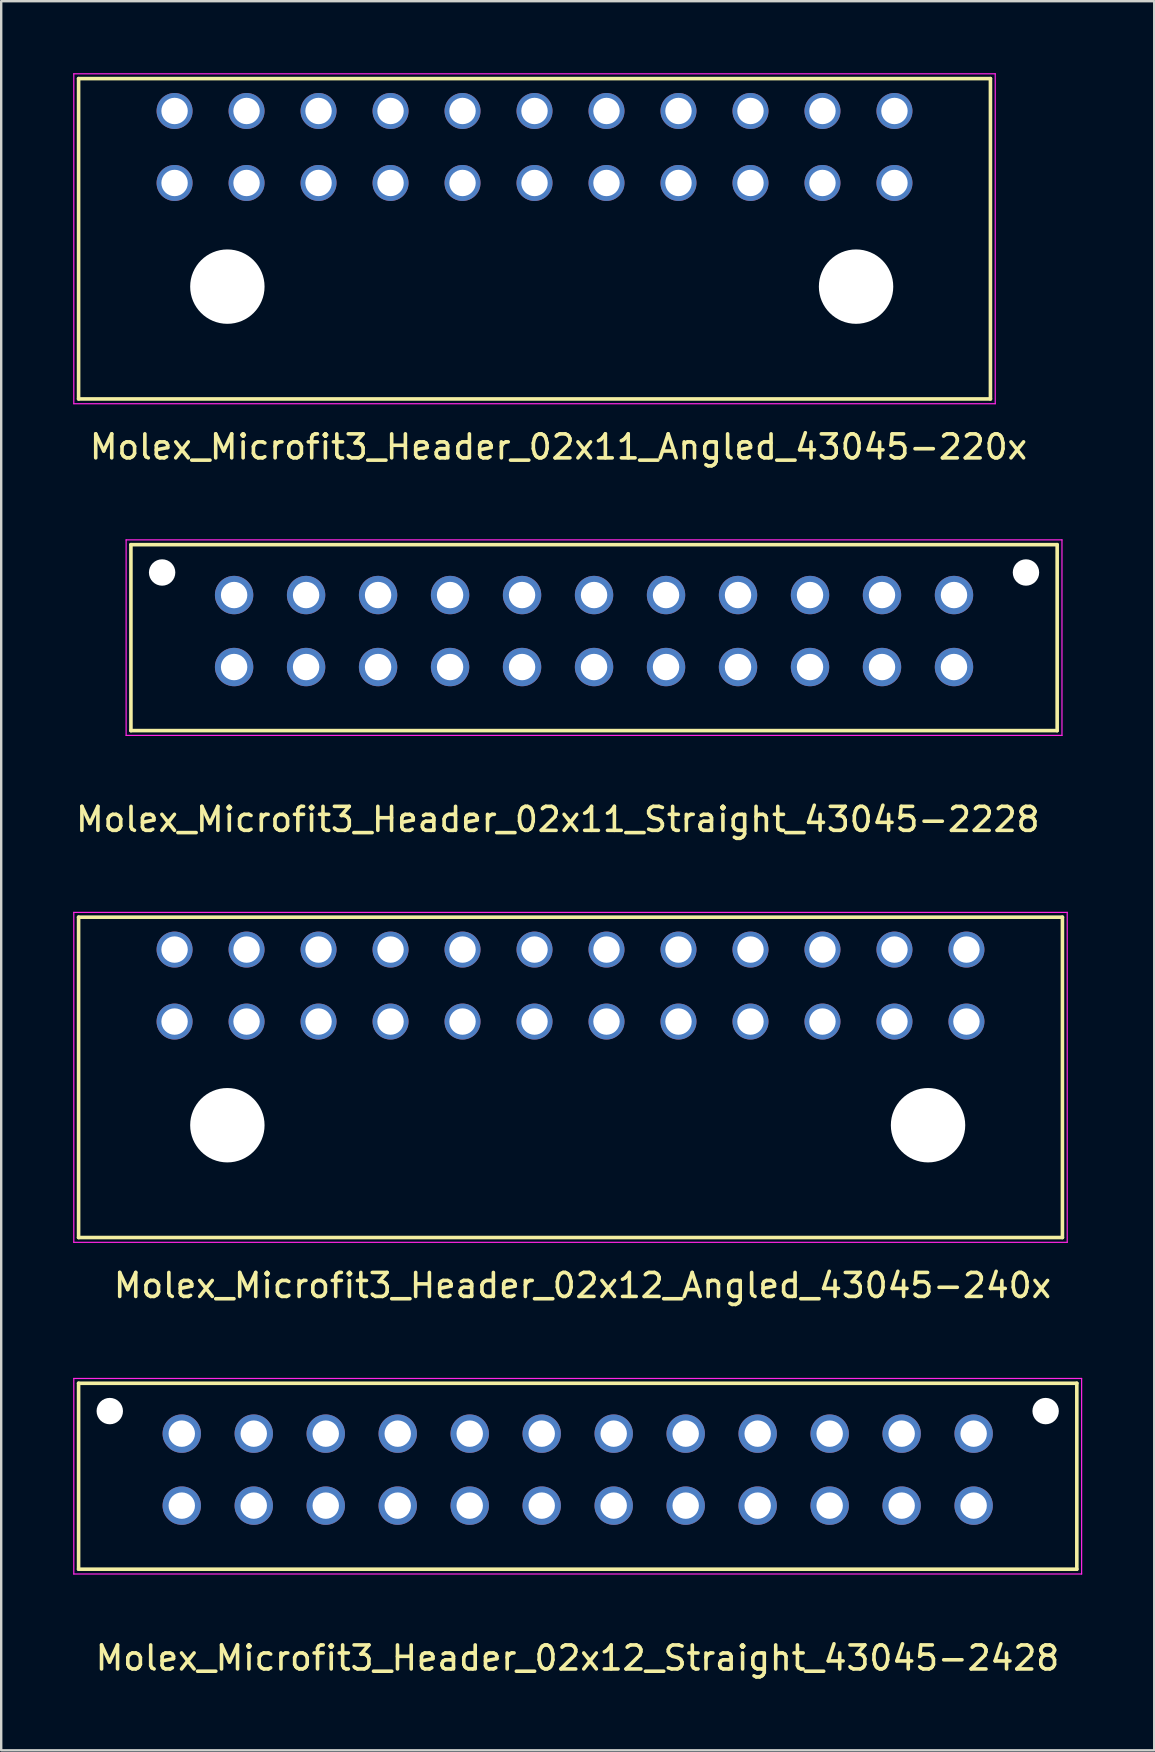
<source format=kicad_pcb>
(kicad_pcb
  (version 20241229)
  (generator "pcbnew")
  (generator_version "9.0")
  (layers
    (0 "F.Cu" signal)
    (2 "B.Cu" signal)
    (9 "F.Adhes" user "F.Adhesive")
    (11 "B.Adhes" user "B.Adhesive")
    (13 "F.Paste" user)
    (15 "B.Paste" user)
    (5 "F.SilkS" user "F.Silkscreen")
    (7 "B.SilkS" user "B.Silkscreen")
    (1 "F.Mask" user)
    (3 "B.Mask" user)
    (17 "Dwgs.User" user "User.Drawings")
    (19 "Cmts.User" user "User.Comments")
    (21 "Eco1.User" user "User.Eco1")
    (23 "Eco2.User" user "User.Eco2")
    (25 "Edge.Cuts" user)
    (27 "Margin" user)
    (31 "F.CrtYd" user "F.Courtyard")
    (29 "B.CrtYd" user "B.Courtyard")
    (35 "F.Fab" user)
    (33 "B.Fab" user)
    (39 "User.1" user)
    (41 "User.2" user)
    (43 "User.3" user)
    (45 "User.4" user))
  (footprint "Molex_Microfit3_Header_02x12_Straight_43045-2428"
    (layer "F.Cu")
    (at 37.525 59.695)
    (property "Reference" "Molex_Microfit3_Header_02x12_Straight_43045-2428" (at -16.51 6.35 0) (layer "F.SilkS") (effects (font (size 1 1) (thickness 0.15))))
    (attr through_hole)
    (fp_line (start -37.3 2.65) (end -37.3 -5.1) (stroke (width 0.15) (type solid)) (layer "F.SilkS"))
    (fp_line (start 4.3 -5.1) (end -37.3 -5.1) (stroke (width 0.15) (type solid)) (layer "F.SilkS"))
    (fp_line (start 4.3 2.65) (end -37.3 2.65) (stroke (width 0.15) (type solid)) (layer "F.SilkS"))
    (fp_line (start 4.3 2.65) (end 4.3 -5.1) (stroke (width 0.15) (type solid)) (layer "F.SilkS"))
    (fp_line (start -37.5 2.85) (end -37.5 -5.3) (stroke (width 0.05) (type solid)) (layer "F.CrtYd"))
    (fp_line (start 4.5 -5.3) (end -37.5 -5.3) (stroke (width 0.05) (type solid)) (layer "F.CrtYd"))
    (fp_line (start 4.5 2.85) (end -37.5 2.85) (stroke (width 0.05) (type solid)) (layer "F.CrtYd"))
    (fp_line (start 4.5 2.85) (end 4.5 -5.3) (stroke (width 0.05) (type solid)) (layer "F.CrtYd"))
    (pad "" np_thru_hole circle (at -36 -3.94) (size 1.1 1.1) (drill 1.1) (layers "*.Cu" "*.Mask"))
    (pad "" np_thru_hole circle (at 3 -3.94) (size 1.1 1.1) (drill 1.1) (layers "*.Cu" "*.Mask"))
    (pad "1" thru_hole circle (at 0 0) (size 1.6 1.6) (drill 1.1) (layers "*.Cu" "*.Mask"))
    (pad "2" thru_hole circle (at -3 0) (size 1.6 1.6) (drill 1.1) (layers "*.Cu" "*.Mask"))
    (pad "3" thru_hole circle (at -6 0) (size 1.6 1.6) (drill 1.1) (layers "*.Cu" "*.Mask"))
    (pad "4" thru_hole circle (at -9 0) (size 1.6 1.6) (drill 1.1) (layers "*.Cu" "*.Mask"))
    (pad "5" thru_hole circle (at -12 0) (size 1.6 1.6) (drill 1.1) (layers "*.Cu" "*.Mask"))
    (pad "6" thru_hole circle (at -15 0) (size 1.6 1.6) (drill 1.1) (layers "*.Cu" "*.Mask"))
    (pad "7" thru_hole circle (at -18 0) (size 1.6 1.6) (drill 1.1) (layers "*.Cu" "*.Mask"))
    (pad "8" thru_hole circle (at -21 0) (size 1.6 1.6) (drill 1.1) (layers "*.Cu" "*.Mask"))
    (pad "9" thru_hole circle (at -24 0) (size 1.6 1.6) (drill 1.1) (layers "*.Cu" "*.Mask"))
    (pad "10" thru_hole circle (at -27 0) (size 1.6 1.6) (drill 1.1) (layers "*.Cu" "*.Mask"))
    (pad "11" thru_hole circle (at -30 0) (size 1.6 1.6) (drill 1.1) (layers "*.Cu" "*.Mask"))
    (pad "12" thru_hole circle (at -33 0) (size 1.6 1.6) (drill 1.1) (layers "*.Cu" "*.Mask"))
    (pad "13" thru_hole circle (at 0 -3) (size 1.6 1.6) (drill 1.1) (layers "*.Cu" "*.Mask"))
    (pad "14" thru_hole circle (at -3 -3) (size 1.6 1.6) (drill 1.1) (layers "*.Cu" "*.Mask"))
    (pad "15" thru_hole circle (at -6 -3) (size 1.6 1.6) (drill 1.1) (layers "*.Cu" "*.Mask"))
    (pad "16" thru_hole circle (at -9 -3) (size 1.6 1.6) (drill 1.1) (layers "*.Cu" "*.Mask"))
    (pad "17" thru_hole circle (at -12 -3) (size 1.6 1.6) (drill 1.1) (layers "*.Cu" "*.Mask"))
    (pad "18" thru_hole circle (at -15 -3) (size 1.6 1.6) (drill 1.1) (layers "*.Cu" "*.Mask"))
    (pad "19" thru_hole circle (at -18 -3) (size 1.6 1.6) (drill 1.1) (layers "*.Cu" "*.Mask"))
    (pad "20" thru_hole circle (at -21 -3) (size 1.6 1.6) (drill 1.1) (layers "*.Cu" "*.Mask"))
    (pad "21" thru_hole circle (at -24 -3) (size 1.6 1.6) (drill 1.1) (layers "*.Cu" "*.Mask"))
    (pad "22" thru_hole circle (at -27 -3) (size 1.6 1.6) (drill 1.1) (layers "*.Cu" "*.Mask"))
    (pad "23" thru_hole circle (at -30 -3) (size 1.6 1.6) (drill 1.1) (layers "*.Cu" "*.Mask"))
    (pad "24" thru_hole circle (at -33 -3) (size 1.6 1.6) (drill 1.1) (layers "*.Cu" "*.Mask")))
  (footprint "Molex_Microfit3_Header_02x12_Angled_43045-240x"
    (layer "F.Cu")
    (at 37.225 39.522)
    (property "Reference" "Molex_Microfit3_Header_02x12_Angled_43045-240x" (at -16 11 0) (layer "F.SilkS") (effects (font (size 1 1) (thickness 0.15))))
    (attr through_hole)
    (fp_line (start -37 -4.35) (end 4 -4.35) (stroke (width 0.15) (type solid)) (layer "F.SilkS"))
    (fp_line (start -37 9) (end -37 -4.35) (stroke (width 0.15) (type solid)) (layer "F.SilkS"))
    (fp_line (start 4 -4.35) (end 4 9) (stroke (width 0.15) (type solid)) (layer "F.SilkS"))
    (fp_line (start 4 9) (end -37 9) (stroke (width 0.15) (type solid)) (layer "F.SilkS"))
    (fp_line (start -37.2 -4.55) (end -37.2 9.2) (stroke (width 0.05) (type solid)) (layer "F.CrtYd"))
    (fp_line (start -37.2 9.2) (end 4.2 9.2) (stroke (width 0.05) (type solid)) (layer "F.CrtYd"))
    (fp_line (start 4.2 -4.55) (end -37.2 -4.55) (stroke (width 0.05) (type solid)) (layer "F.CrtYd"))
    (fp_line (start 4.2 9.2) (end 4.2 -4.55) (stroke (width 0.05) (type solid)) (layer "F.CrtYd"))
    (pad "" np_thru_hole circle (at -30.8 4.32) (size 3.1 3.1) (drill 3.1) (layers "*.Cu" "*.Mask"))
    (pad "" np_thru_hole circle (at -1.6 4.32) (size 3.1 3.1) (drill 3.1) (layers "*.Cu" "*.Mask"))
    (pad "1" thru_hole circle (at 0 0) (size 1.5 1.5) (drill 1.1) (layers "*.Cu" "*.Mask"))
    (pad "2" thru_hole circle (at -3 0) (size 1.5 1.5) (drill 1.1) (layers "*.Cu" "*.Mask"))
    (pad "3" thru_hole circle (at -6 0) (size 1.5 1.5) (drill 1.1) (layers "*.Cu" "*.Mask"))
    (pad "4" thru_hole circle (at -9 0) (size 1.5 1.5) (drill 1.1) (layers "*.Cu" "*.Mask"))
    (pad "5" thru_hole circle (at -12 0) (size 1.5 1.5) (drill 1.1) (layers "*.Cu" "*.Mask"))
    (pad "6" thru_hole circle (at -15 0) (size 1.5 1.5) (drill 1.1) (layers "*.Cu" "*.Mask"))
    (pad "7" thru_hole circle (at -18 0) (size 1.5 1.5) (drill 1.1) (layers "*.Cu" "*.Mask"))
    (pad "8" thru_hole circle (at -21 0) (size 1.5 1.5) (drill 1.1) (layers "*.Cu" "*.Mask"))
    (pad "9" thru_hole circle (at -24 0) (size 1.5 1.5) (drill 1.1) (layers "*.Cu" "*.Mask"))
    (pad "10" thru_hole circle (at -27 0) (size 1.5 1.5) (drill 1.1) (layers "*.Cu" "*.Mask"))
    (pad "11" thru_hole circle (at -30 0) (size 1.5 1.5) (drill 1.1) (layers "*.Cu" "*.Mask"))
    (pad "12" thru_hole circle (at -33 0) (size 1.5 1.5) (drill 1.1) (layers "*.Cu" "*.Mask"))
    (pad "13" thru_hole circle (at 0 -3) (size 1.5 1.5) (drill 1.1) (layers "*.Cu" "*.Mask"))
    (pad "14" thru_hole circle (at -3 -3) (size 1.5 1.5) (drill 1.1) (layers "*.Cu" "*.Mask"))
    (pad "15" thru_hole circle (at -6 -3) (size 1.5 1.5) (drill 1.1) (layers "*.Cu" "*.Mask"))
    (pad "16" thru_hole circle (at -9 -3) (size 1.5 1.5) (drill 1.1) (layers "*.Cu" "*.Mask"))
    (pad "17" thru_hole circle (at -12 -3) (size 1.5 1.5) (drill 1.1) (layers "*.Cu" "*.Mask"))
    (pad "18" thru_hole circle (at -15 -3) (size 1.5 1.5) (drill 1.1) (layers "*.Cu" "*.Mask"))
    (pad "19" thru_hole circle (at -18 -3) (size 1.5 1.5) (drill 1.1) (layers "*.Cu" "*.Mask"))
    (pad "20" thru_hole circle (at -21 -3) (size 1.5 1.5) (drill 1.1) (layers "*.Cu" "*.Mask"))
    (pad "21" thru_hole circle (at -24 -3) (size 1.5 1.5) (drill 1.1) (layers "*.Cu" "*.Mask"))
    (pad "22" thru_hole circle (at -27 -3) (size 1.5 1.5) (drill 1.1) (layers "*.Cu" "*.Mask"))
    (pad "23" thru_hole circle (at -30 -3) (size 1.5 1.5) (drill 1.1) (layers "*.Cu" "*.Mask"))
    (pad "24" thru_hole circle (at -33 -3) (size 1.5 1.5) (drill 1.1) (layers "*.Cu" "*.Mask")))
  (footprint "Molex_Microfit3_Header_02x11_Angled_43045-220x"
    (layer "F.Cu")
    (at 34.225 4.575)
    (property "Reference" "Molex_Microfit3_Header_02x11_Angled_43045-220x" (at -14 11 0) (layer "F.SilkS") (effects (font (size 1 1) (thickness 0.15))))
    (attr through_hole)
    (fp_line (start -34 -4.35) (end 4 -4.35) (stroke (width 0.15) (type solid)) (layer "F.SilkS"))
    (fp_line (start -34 9) (end -34 -4.35) (stroke (width 0.15) (type solid)) (layer "F.SilkS"))
    (fp_line (start 4 -4.35) (end 4 9) (stroke (width 0.15) (type solid)) (layer "F.SilkS"))
    (fp_line (start 4 9) (end -34 9) (stroke (width 0.15) (type solid)) (layer "F.SilkS"))
    (fp_line (start -34.2 -4.55) (end -34.2 9.2) (stroke (width 0.05) (type solid)) (layer "F.CrtYd"))
    (fp_line (start -34.2 9.2) (end 4.2 9.2) (stroke (width 0.05) (type solid)) (layer "F.CrtYd"))
    (fp_line (start 4.2 -4.55) (end -34.2 -4.55) (stroke (width 0.05) (type solid)) (layer "F.CrtYd"))
    (fp_line (start 4.2 9.2) (end 4.2 -4.55) (stroke (width 0.05) (type solid)) (layer "F.CrtYd"))
    (pad "" np_thru_hole circle (at -27.8 4.32) (size 3.1 3.1) (drill 3.1) (layers "*.Cu" "*.Mask"))
    (pad "" np_thru_hole circle (at -1.6 4.32) (size 3.1 3.1) (drill 3.1) (layers "*.Cu" "*.Mask"))
    (pad "1" thru_hole circle (at 0 0) (size 1.5 1.5) (drill 1.1) (layers "*.Cu" "*.Mask"))
    (pad "2" thru_hole circle (at -3 0) (size 1.5 1.5) (drill 1.1) (layers "*.Cu" "*.Mask"))
    (pad "3" thru_hole circle (at -6 0) (size 1.5 1.5) (drill 1.1) (layers "*.Cu" "*.Mask"))
    (pad "4" thru_hole circle (at -9 0) (size 1.5 1.5) (drill 1.1) (layers "*.Cu" "*.Mask"))
    (pad "5" thru_hole circle (at -12 0) (size 1.5 1.5) (drill 1.1) (layers "*.Cu" "*.Mask"))
    (pad "6" thru_hole circle (at -15 0) (size 1.5 1.5) (drill 1.1) (layers "*.Cu" "*.Mask"))
    (pad "7" thru_hole circle (at -18 0) (size 1.5 1.5) (drill 1.1) (layers "*.Cu" "*.Mask"))
    (pad "8" thru_hole circle (at -21 0) (size 1.5 1.5) (drill 1.1) (layers "*.Cu" "*.Mask"))
    (pad "9" thru_hole circle (at -24 0) (size 1.5 1.5) (drill 1.1) (layers "*.Cu" "*.Mask"))
    (pad "10" thru_hole circle (at -27 0) (size 1.5 1.5) (drill 1.1) (layers "*.Cu" "*.Mask"))
    (pad "11" thru_hole circle (at -30 0) (size 1.5 1.5) (drill 1.1) (layers "*.Cu" "*.Mask"))
    (pad "12" thru_hole circle (at 0 -3) (size 1.5 1.5) (drill 1.1) (layers "*.Cu" "*.Mask"))
    (pad "13" thru_hole circle (at -3 -3) (size 1.5 1.5) (drill 1.1) (layers "*.Cu" "*.Mask"))
    (pad "14" thru_hole circle (at -6 -3) (size 1.5 1.5) (drill 1.1) (layers "*.Cu" "*.Mask"))
    (pad "15" thru_hole circle (at -9 -3) (size 1.5 1.5) (drill 1.1) (layers "*.Cu" "*.Mask"))
    (pad "16" thru_hole circle (at -12 -3) (size 1.5 1.5) (drill 1.1) (layers "*.Cu" "*.Mask"))
    (pad "17" thru_hole circle (at -15 -3) (size 1.5 1.5) (drill 1.1) (layers "*.Cu" "*.Mask"))
    (pad "18" thru_hole circle (at -18 -3) (size 1.5 1.5) (drill 1.1) (layers "*.Cu" "*.Mask"))
    (pad "19" thru_hole circle (at -21 -3) (size 1.5 1.5) (drill 1.1) (layers "*.Cu" "*.Mask"))
    (pad "20" thru_hole circle (at -24 -3) (size 1.5 1.5) (drill 1.1) (layers "*.Cu" "*.Mask"))
    (pad "21" thru_hole circle (at -27 -3) (size 1.5 1.5) (drill 1.1) (layers "*.Cu" "*.Mask"))
    (pad "22" thru_hole circle (at -30 -3) (size 1.5 1.5) (drill 1.1) (layers "*.Cu" "*.Mask")))
  (footprint "Molex_Microfit3_Header_02x11_Straight_43045-2228"
    (layer "F.Cu")
    (at 36.706 24.748)
    (property "Reference" "Molex_Microfit3_Header_02x11_Straight_43045-2228" (at -16.51 6.35 0) (layer "F.SilkS") (effects (font (size 1 1) (thickness 0.15))))
    (attr through_hole)
    (fp_line (start -34.3 2.65) (end -34.3 -5.1) (stroke (width 0.15) (type solid)) (layer "F.SilkS"))
    (fp_line (start 4.3 -5.1) (end -34.3 -5.1) (stroke (width 0.15) (type solid)) (layer "F.SilkS"))
    (fp_line (start 4.3 2.65) (end -34.3 2.65) (stroke (width 0.15) (type solid)) (layer "F.SilkS"))
    (fp_line (start 4.3 2.65) (end 4.3 -5.1) (stroke (width 0.15) (type solid)) (layer "F.SilkS"))
    (fp_line (start -34.5 2.85) (end -34.5 -5.3) (stroke (width 0.05) (type solid)) (layer "F.CrtYd"))
    (fp_line (start 4.5 -5.3) (end -34.5 -5.3) (stroke (width 0.05) (type solid)) (layer "F.CrtYd"))
    (fp_line (start 4.5 2.85) (end -34.5 2.85) (stroke (width 0.05) (type solid)) (layer "F.CrtYd"))
    (fp_line (start 4.5 2.85) (end 4.5 -5.3) (stroke (width 0.05) (type solid)) (layer "F.CrtYd"))
    (pad "" np_thru_hole circle (at -33 -3.94) (size 1.1 1.1) (drill 1.1) (layers "*.Cu" "*.Mask"))
    (pad "" np_thru_hole circle (at 3 -3.94) (size 1.1 1.1) (drill 1.1) (layers "*.Cu" "*.Mask"))
    (pad "1" thru_hole circle (at 0 0) (size 1.6 1.6) (drill 1.1) (layers "*.Cu" "*.Mask"))
    (pad "2" thru_hole circle (at -3 0) (size 1.6 1.6) (drill 1.1) (layers "*.Cu" "*.Mask"))
    (pad "3" thru_hole circle (at -6 0) (size 1.6 1.6) (drill 1.1) (layers "*.Cu" "*.Mask"))
    (pad "4" thru_hole circle (at -9 0) (size 1.6 1.6) (drill 1.1) (layers "*.Cu" "*.Mask"))
    (pad "5" thru_hole circle (at -12 0) (size 1.6 1.6) (drill 1.1) (layers "*.Cu" "*.Mask"))
    (pad "6" thru_hole circle (at -15 0) (size 1.6 1.6) (drill 1.1) (layers "*.Cu" "*.Mask"))
    (pad "7" thru_hole circle (at -18 0) (size 1.6 1.6) (drill 1.1) (layers "*.Cu" "*.Mask"))
    (pad "8" thru_hole circle (at -21 0) (size 1.6 1.6) (drill 1.1) (layers "*.Cu" "*.Mask"))
    (pad "9" thru_hole circle (at -24 0) (size 1.6 1.6) (drill 1.1) (layers "*.Cu" "*.Mask"))
    (pad "10" thru_hole circle (at -27 0) (size 1.6 1.6) (drill 1.1) (layers "*.Cu" "*.Mask"))
    (pad "11" thru_hole circle (at -30 0) (size 1.6 1.6) (drill 1.1) (layers "*.Cu" "*.Mask"))
    (pad "12" thru_hole circle (at 0 -3) (size 1.6 1.6) (drill 1.1) (layers "*.Cu" "*.Mask"))
    (pad "13" thru_hole circle (at -3 -3) (size 1.6 1.6) (drill 1.1) (layers "*.Cu" "*.Mask"))
    (pad "14" thru_hole circle (at -6 -3) (size 1.6 1.6) (drill 1.1) (layers "*.Cu" "*.Mask"))
    (pad "15" thru_hole circle (at -9 -3) (size 1.6 1.6) (drill 1.1) (layers "*.Cu" "*.Mask"))
    (pad "16" thru_hole circle (at -12 -3) (size 1.6 1.6) (drill 1.1) (layers "*.Cu" "*.Mask"))
    (pad "17" thru_hole circle (at -15 -3) (size 1.6 1.6) (drill 1.1) (layers "*.Cu" "*.Mask"))
    (pad "18" thru_hole circle (at -18 -3) (size 1.6 1.6) (drill 1.1) (layers "*.Cu" "*.Mask"))
    (pad "19" thru_hole circle (at -21 -3) (size 1.6 1.6) (drill 1.1) (layers "*.Cu" "*.Mask"))
    (pad "20" thru_hole circle (at -24 -3) (size 1.6 1.6) (drill 1.1) (layers "*.Cu" "*.Mask"))
    (pad "21" thru_hole circle (at -27 -3) (size 1.6 1.6) (drill 1.1) (layers "*.Cu" "*.Mask"))
    (pad "22" thru_hole circle (at -30 -3) (size 1.6 1.6) (drill 1.1) (layers "*.Cu" "*.Mask")))
  (gr_rect
    (start -3 -3)
    (end 45.05 69.893)
    (stroke (width 0.1) (type default))
    (fill no)
    (layer "Edge.Cuts")))
</source>
